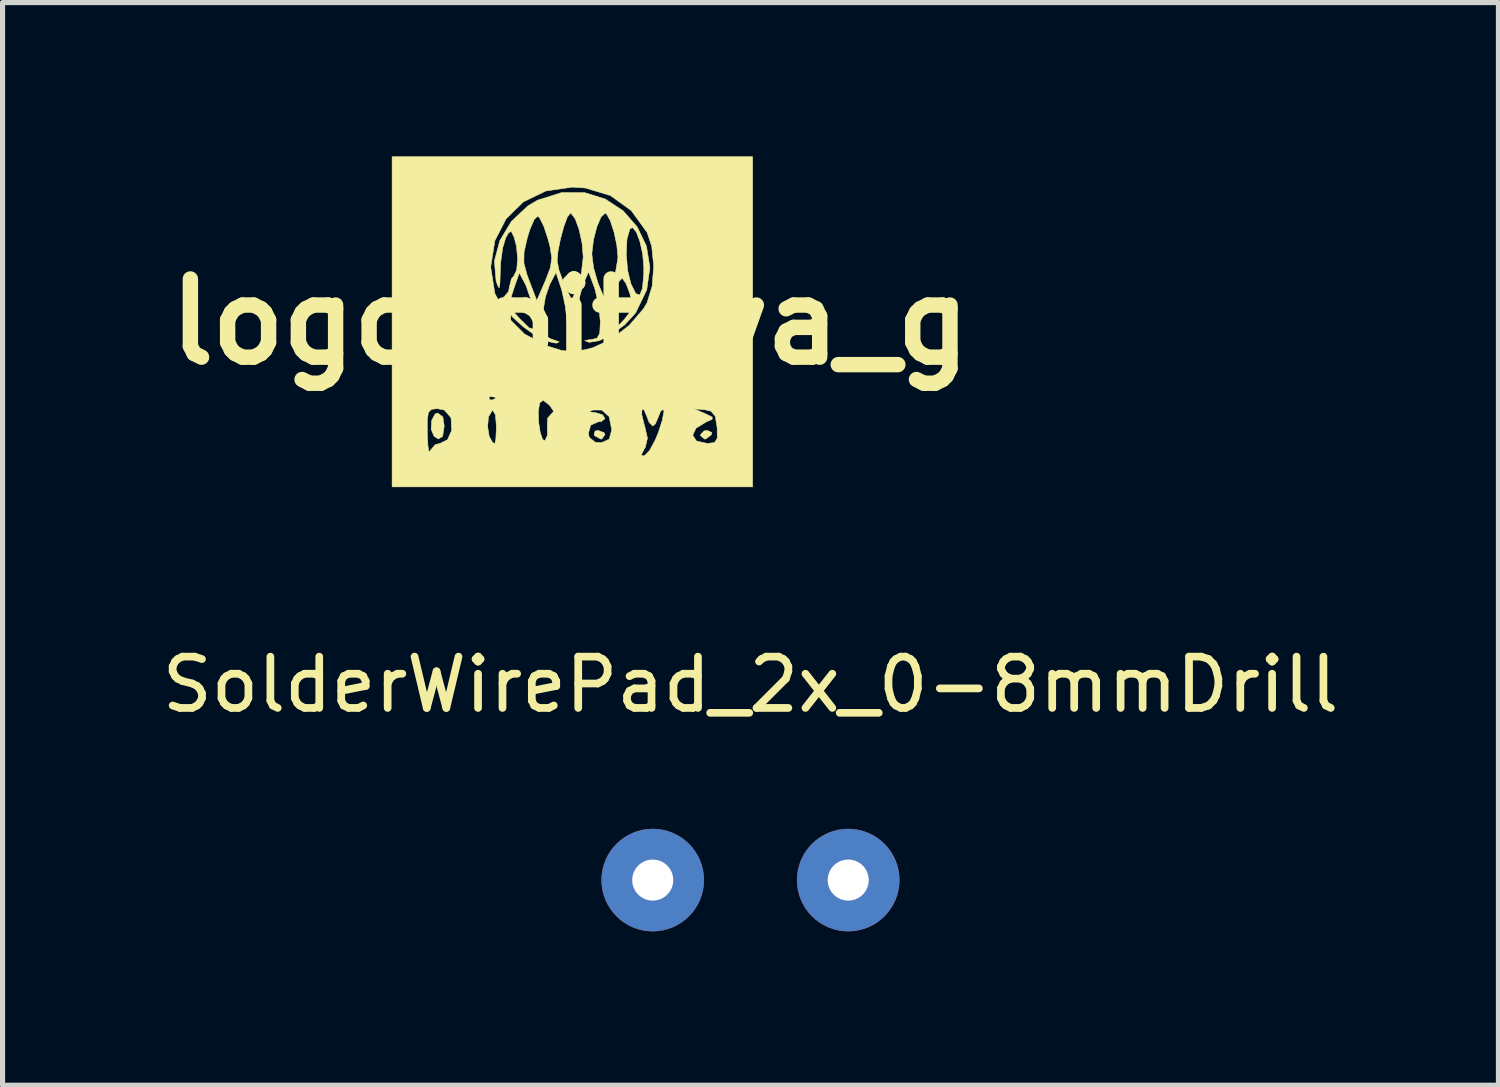
<source format=kicad_pcb>
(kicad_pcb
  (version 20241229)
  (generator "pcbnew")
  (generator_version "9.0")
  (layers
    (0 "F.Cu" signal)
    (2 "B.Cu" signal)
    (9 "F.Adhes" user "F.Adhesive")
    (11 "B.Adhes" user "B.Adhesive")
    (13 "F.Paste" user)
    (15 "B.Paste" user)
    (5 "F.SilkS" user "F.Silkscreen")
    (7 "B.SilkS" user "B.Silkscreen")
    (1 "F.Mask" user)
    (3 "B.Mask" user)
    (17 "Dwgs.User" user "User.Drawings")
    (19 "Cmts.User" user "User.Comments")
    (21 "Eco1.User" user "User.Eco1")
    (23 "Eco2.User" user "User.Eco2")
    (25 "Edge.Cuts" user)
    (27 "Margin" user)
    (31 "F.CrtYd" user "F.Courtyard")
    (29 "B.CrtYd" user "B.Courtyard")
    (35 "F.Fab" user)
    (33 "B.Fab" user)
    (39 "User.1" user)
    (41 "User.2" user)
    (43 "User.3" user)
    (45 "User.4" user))
  (footprint "SolderWirePad_2x_0-8mmDrill"
    (layer "F.Cu")
    (at 11.577 14.103)
    (property "Reference" "SolderWirePad_2x_0-8mmDrill" (at 0 -3.81 0) (layer "F.SilkS") (effects (font (size 1 1) (thickness 0.15))))
    (attr through_hole)
    (pad "1" thru_hole circle (at -1.905 0) (size 1.999 1.999) (drill 0.8) (layers "*.Cu" "*.Mask"))
    (pad "2" thru_hole circle (at 1.905 0) (size 1.999 1.999) (drill 0.8) (layers "*.Cu" "*.Mask")))
  (footprint "logo_pitaya_g"
    (layer "F.Cu")
    (at 8.063 3.222)
    (property "Reference" "logo_pitaya_g" (at 0 0 0) (layer "F.SilkS") (effects (font (size 1.524 1.524) (thickness 0.3))))
    (attr through_hole)
    (fp_poly (pts (xy 0.661 2.161) (xy 0.677 2.201) (xy 0.617 2.284) (xy 0.598 2.286) (xy 0.483 2.224) (xy 0.466 2.201) (xy 0.485 2.129) (xy 0.545 2.117) (xy 0.661 2.161)) (stroke (width 0.01) (type solid)) (fill yes) (layer "F.SilkS"))
    (fp_poly (pts (xy 2.76 2.158) (xy 2.752 2.201) (xy 2.643 2.283) (xy 2.62 2.286) (xy 2.542 2.221) (xy 2.54 2.201) (xy 2.609 2.127) (xy 2.672 2.117) (xy 2.76 2.158)) (stroke (width 0.01) (type solid)) (fill yes) (layer "F.SilkS"))
    (fp_poly (pts (xy -2.482 1.854) (xy -2.455 2.032) (xy -2.486 2.233) (xy -2.57 2.284) (xy -2.653 2.23) (xy -2.71 2.092) (xy -2.699 1.922) (xy -2.634 1.798) (xy -2.582 1.778) (xy -2.482 1.854)) (stroke (width 0.01) (type solid)) (fill yes) (layer "F.SilkS"))
    (fp_poly (pts (xy 3.556 3.217) (xy -3.471 3.217) (xy -3.471 2.597) (xy 1.384 2.597) (xy 1.43 2.613) (xy 1.454 2.606) (xy 1.546 2.51) (xy 1.657 2.307) (xy 1.696 2.212) (xy 2.388 2.212) (xy 2.463 2.324) (xy 2.673 2.371) (xy 2.677 2.371) (xy 2.815 2.353) (xy 2.867 2.269) (xy 2.864 2.07) (xy 2.863 2.053) (xy 2.827 1.839) (xy 2.744 1.742) (xy 2.625 1.715) (xy 2.413 1.695) (xy 2.625 1.787) (xy 2.769 1.857) (xy 2.766 1.902) (xy 2.654 1.95) (xy 2.451 2.075) (xy 2.388 2.212) (xy 1.696 2.212) (xy 1.717 2.162) (xy 1.794 1.922) (xy 1.827 1.753) (xy 1.82 1.707) (xy 1.765 1.737) (xy 1.722 1.845) (xy 1.66 1.991) (xy 1.609 2.032) (xy 1.539 1.961) (xy 1.495 1.845) (xy 1.441 1.718) (xy 1.4 1.704) (xy 1.394 1.807) (xy 1.441 1.998) (xy 1.452 2.031) (xy 1.506 2.268) (xy 1.465 2.443) (xy 1.445 2.477) (xy 1.384 2.597) (xy -3.471 2.597) (xy -3.471 1.919) (xy -2.785 1.919) (xy -2.784 2.18) (xy -2.773 2.412) (xy -2.755 2.531) (xy -2.736 2.519) (xy -2.63 2.394) (xy -2.539 2.371) (xy -2.391 2.298) (xy -2.31 2.118) (xy -2.314 2.042) (xy -1.609 2.042) (xy -1.579 2.233) (xy -1.509 2.356) (xy -1.468 2.371) (xy -1.45 2.295) (xy -1.44 2.107) (xy -1.439 2.027) (xy -1.457 1.812) (xy -1.497 1.745) (xy -0.621 1.745) (xy -0.615 1.954) (xy -0.584 2.156) (xy -0.537 2.294) (xy -0.491 2.318) (xy -0.441 2.205) (xy -0.443 2.176) (xy 0.354 2.176) (xy 0.373 2.254) (xy 0.49 2.349) (xy 0.613 2.355) (xy 0.76 2.289) (xy 0.808 2.116) (xy 0.808 2.092) (xy 0.759 1.847) (xy 0.615 1.72) (xy 0.449 1.719) (xy 0.366 1.75) (xy 0.444 1.766) (xy 0.487 1.768) (xy 0.63 1.811) (xy 0.678 1.887) (xy 0.609 1.942) (xy 0.555 1.947) (xy 0.4 2.014) (xy 0.354 2.176) (xy -0.443 2.176) (xy -0.447 2.058) (xy -0.439 1.876) (xy -0.377 1.807) (xy -0.32 1.747) (xy -0.396 1.633) (xy -0.409 1.62) (xy -0.526 1.53) (xy -0.589 1.574) (xy -0.595 1.587) (xy -0.621 1.745) (xy -1.497 1.745) (xy -1.505 1.731) (xy -1.524 1.736) (xy -1.593 1.854) (xy -1.609 2.042) (xy -2.314 2.042) (xy -2.321 1.886) (xy -2.328 1.863) (xy -2.453 1.72) (xy -2.588 1.693) (xy -2.704 1.705) (xy -2.764 1.767) (xy -2.785 1.919) (xy -3.471 1.919) (xy -3.471 1.468) (xy -1.58 1.468) (xy -1.569 1.518) (xy -1.524 1.524) (xy -1.454 1.493) (xy -1.468 1.468) (xy -1.568 1.457) (xy -1.58 1.468) (xy -3.471 1.468) (xy -3.471 -1.058) (xy -1.548 -1.058) (xy -1.469 -0.555) (xy -1.242 -0.114) (xy -0.888 0.24) (xy -0.454 0.469) (xy -0.168 0.558) (xy 0.055 0.581) (xy 0.302 0.541) (xy 0.447 0.503) (xy 0.803 0.338) (xy 1.152 0.068) (xy 1.43 -0.256) (xy 1.498 -0.37) (xy 1.597 -0.692) (xy 1.628 -1.086) (xy 1.589 -1.472) (xy 1.501 -1.738) (xy 1.19 -2.168) (xy 0.784 -2.461) (xy 0.294 -2.608) (xy 0.042 -2.625) (xy -0.474 -2.55) (xy -0.911 -2.338) (xy -1.249 -2.008) (xy -1.468 -1.581) (xy -1.548 -1.074) (xy -1.548 -1.058) (xy -3.471 -1.058) (xy -3.471 -3.217) (xy 3.556 -3.217) (xy 3.556 3.217)) (stroke (width 0.01) (type solid)) (fill yes) (layer "F.SilkS"))
    (fp_poly (pts (xy 0.684 -2.393) (xy 1.033 -2.163) (xy 1.306 -1.85) (xy 1.486 -1.475) (xy 1.554 -1.058) (xy 1.492 -0.622) (xy 1.282 -0.187) (xy 1.26 -0.155) (xy 1.062 0.059) (xy 0.813 0.244) (xy 0.566 0.368) (xy 0.373 0.4) (xy 0.361 0.397) (xy 0.284 0.367) (xy 0.368 0.35) (xy 0.402 0.348) (xy 0.523 0.321) (xy 0.576 0.224) (xy 0.587 0.01) (xy 0.586 -0.021) (xy 0.581 -0.072) (xy 0.762 -0.072) (xy 0.775 0.11) (xy 0.832 0.152) (xy 0.955 0.058) (xy 1.054 -0.045) (xy 1.183 -0.213) (xy 1.206 -0.372) (xy 1.162 -0.553) (xy 1.088 -0.746) (xy 1.02 -0.844) (xy 1.01 -0.847) (xy 0.937 -0.772) (xy 0.859 -0.587) (xy 0.795 -0.349) (xy 0.763 -0.113) (xy 0.762 -0.072) (xy 0.581 -0.072) (xy 0.554 -0.335) (xy 0.483 -0.637) (xy 0.469 -0.677) (xy 0.358 -0.974) (xy 0.248 -0.72) (xy 0.185 -0.49) (xy 0.143 -0.177) (xy 0.133 0.021) (xy 0.13 0.282) (xy 0.128 0.458) (xy 0.127 0.506) (xy 0.072 0.465) (xy 0.042 0.443) (xy -0.013 0.326) (xy -0.052 0.108) (xy -0.059 0.015) (xy -0.095 -0.303) (xy -0.162 -0.611) (xy -0.176 -0.656) (xy -0.277 -0.96) (xy -0.401 -0.723) (xy -0.482 -0.487) (xy -0.532 -0.188) (xy -0.538 -0.101) (xy -0.535 0.142) (xy -0.49 0.269) (xy -0.379 0.333) (xy -0.339 0.346) (xy -0.214 0.391) (xy -0.251 0.412) (xy -0.286 0.415) (xy -0.466 0.376) (xy -0.684 0.262) (xy -0.91 0.1) (xy -1.114 -0.083) (xy -1.266 -0.26) (xy -1.29 -0.308) (xy -1.167 -0.308) (xy -1.092 -0.182) (xy -0.978 -0.055) (xy -0.8 0.118) (xy -0.708 0.146) (xy -0.687 0.024) (xy -0.711 -0.18) (xy -0.776 -0.461) (xy -0.862 -0.707) (xy -0.879 -0.742) (xy -0.991 -0.955) (xy -1.088 -0.677) (xy -1.162 -0.449) (xy -1.167 -0.308) (xy -1.29 -0.308) (xy -1.336 -0.403) (xy -1.293 -0.486) (xy -1.287 -0.488) (xy -1.201 -0.59) (xy -1.185 -0.679) (xy -1.145 -0.839) (xy -1.101 -0.889) (xy -1.043 -1.008) (xy -1.031 -1.146) (xy -0.902 -1.146) (xy -0.842 -0.919) (xy -0.801 -0.808) (xy -0.651 -0.414) (xy -0.483 -0.802) (xy -0.387 -1.051) (xy -0.366 -1.193) (xy -0.254 -1.193) (xy -0.218 -1.005) (xy -0.13 -0.764) (xy -0.111 -0.722) (xy 0.032 -0.422) (xy 0.143 -0.687) (xy 0.22 -0.961) (xy 0.254 -1.259) (xy 0.254 -1.267) (xy 0.25 -1.31) (xy 0.423 -1.31) (xy 0.457 -1.048) (xy 0.541 -0.757) (xy 0.559 -0.712) (xy 0.695 -0.387) (xy 0.812 -0.722) (xy 0.888 -0.991) (xy 0.928 -1.23) (xy 0.93 -1.27) (xy 0.925 -1.32) (xy 1.093 -1.32) (xy 1.119 -1.006) (xy 1.183 -0.742) (xy 1.279 -0.55) (xy 1.356 -0.522) (xy 1.409 -0.651) (xy 1.434 -0.933) (xy 1.435 -1.058) (xy 1.413 -1.319) (xy 1.36 -1.562) (xy 1.29 -1.748) (xy 1.216 -1.836) (xy 1.164 -1.811) (xy 1.107 -1.612) (xy 1.093 -1.32) (xy 0.925 -1.32) (xy 0.908 -1.499) (xy 0.854 -1.751) (xy 0.782 -1.97) (xy 0.71 -2.101) (xy 0.682 -2.117) (xy 0.601 -2.041) (xy 0.52 -1.852) (xy 0.455 -1.602) (xy 0.424 -1.346) (xy 0.423 -1.31) (xy 0.25 -1.31) (xy 0.232 -1.532) (xy 0.174 -1.796) (xy 0.098 -2.007) (xy 0.018 -2.113) (xy 0.002 -2.117) (xy -0.055 -2.042) (xy -0.124 -1.856) (xy -0.19 -1.612) (xy -0.239 -1.365) (xy -0.254 -1.193) (xy -0.366 -1.193) (xy -0.359 -1.245) (xy -0.394 -1.47) (xy -0.433 -1.617) (xy -0.514 -1.861) (xy -0.594 -2.023) (xy -0.634 -2.06) (xy -0.701 -1.994) (xy -0.782 -1.809) (xy -0.835 -1.638) (xy -0.899 -1.356) (xy -0.902 -1.146) (xy -1.031 -1.146) (xy -1.024 -1.226) (xy -1.047 -1.474) (xy -1.093 -1.649) (xy -1.148 -1.763) (xy -1.2 -1.735) (xy -1.257 -1.634) (xy -1.315 -1.444) (xy -1.354 -1.165) (xy -1.362 -1) (xy -1.369 -0.754) (xy -1.384 -0.661) (xy -1.413 -0.705) (xy -1.445 -0.803) (xy -1.477 -1.187) (xy -1.37 -1.585) (xy -1.146 -1.956) (xy -0.827 -2.257) (xy -0.635 -2.371) (xy -0.168 -2.518) (xy 0.278 -2.519) (xy 0.684 -2.393)) (stroke (width 0.01) (type solid)) (fill yes) (layer "F.SilkS")))
  (gr_rect
    (start -3 -3)
    (end 26.155 18.102)
    (stroke (width 0.1) (type default))
    (fill no)
    (layer "Edge.Cuts")))
</source>
